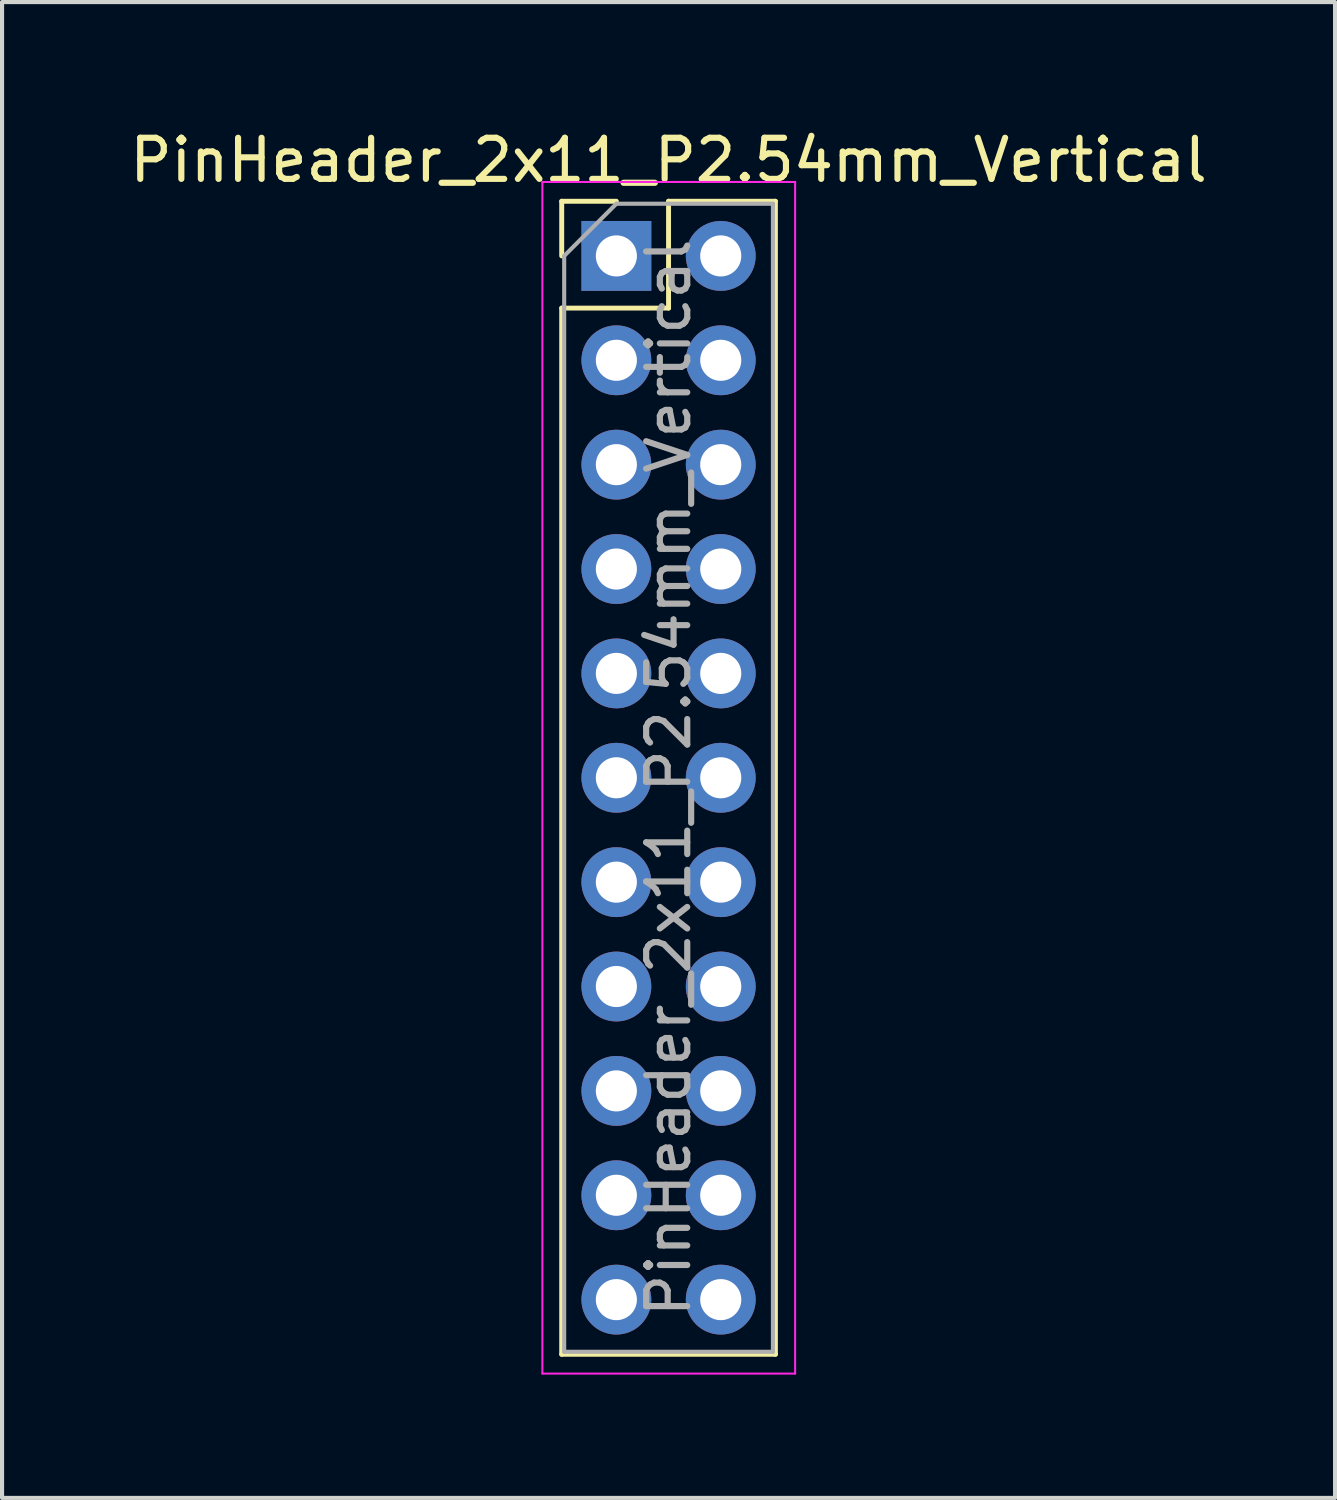
<source format=kicad_pcb>
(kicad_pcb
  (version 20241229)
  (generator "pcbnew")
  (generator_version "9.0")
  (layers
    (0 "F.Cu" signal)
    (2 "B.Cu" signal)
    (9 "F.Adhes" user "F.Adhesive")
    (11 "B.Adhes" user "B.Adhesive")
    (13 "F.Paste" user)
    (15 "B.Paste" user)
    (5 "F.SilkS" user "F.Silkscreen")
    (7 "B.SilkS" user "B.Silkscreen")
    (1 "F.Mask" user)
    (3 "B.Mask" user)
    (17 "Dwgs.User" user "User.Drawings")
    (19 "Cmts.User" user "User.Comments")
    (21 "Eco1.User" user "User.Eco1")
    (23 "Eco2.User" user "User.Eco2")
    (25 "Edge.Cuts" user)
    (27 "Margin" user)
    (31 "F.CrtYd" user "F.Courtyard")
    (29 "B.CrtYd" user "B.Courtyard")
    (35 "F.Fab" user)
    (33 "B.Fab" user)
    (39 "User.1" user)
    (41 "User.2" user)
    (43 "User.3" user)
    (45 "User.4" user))
  (footprint "PinHeader_2x11_P2.54mm_Vertical"
    (layer "F.Cu")
    (at 11.95 3.178)
    (property "Reference" "PinHeader_2x11_P2.54mm_Vertical" (at 1.27 -2.33 0) (layer "F.SilkS") (effects (font (size 1 1) (thickness 0.15))))
    (attr through_hole)
    (fp_line (start -1.33 -1.33) (end 0 -1.33) (stroke (width 0.12) (type solid)) (layer "F.SilkS"))
    (fp_line (start -1.33 0) (end -1.33 -1.33) (stroke (width 0.12) (type solid)) (layer "F.SilkS"))
    (fp_line (start -1.33 1.27) (end -1.33 26.73) (stroke (width 0.12) (type solid)) (layer "F.SilkS"))
    (fp_line (start -1.33 1.27) (end 1.27 1.27) (stroke (width 0.12) (type solid)) (layer "F.SilkS"))
    (fp_line (start -1.33 26.73) (end 3.87 26.73) (stroke (width 0.12) (type solid)) (layer "F.SilkS"))
    (fp_line (start 1.27 -1.33) (end 3.87 -1.33) (stroke (width 0.12) (type solid)) (layer "F.SilkS"))
    (fp_line (start 1.27 1.27) (end 1.27 -1.33) (stroke (width 0.12) (type solid)) (layer "F.SilkS"))
    (fp_line (start 3.87 -1.33) (end 3.87 26.73) (stroke (width 0.12) (type solid)) (layer "F.SilkS"))
    (fp_line (start -1.8 -1.8) (end -1.8 27.2) (stroke (width 0.05) (type solid)) (layer "F.CrtYd"))
    (fp_line (start -1.8 27.2) (end 4.35 27.2) (stroke (width 0.05) (type solid)) (layer "F.CrtYd"))
    (fp_line (start 4.35 -1.8) (end -1.8 -1.8) (stroke (width 0.05) (type solid)) (layer "F.CrtYd"))
    (fp_line (start 4.35 27.2) (end 4.35 -1.8) (stroke (width 0.05) (type solid)) (layer "F.CrtYd"))
    (fp_line (start -1.27 0) (end 0 -1.27) (stroke (width 0.1) (type solid)) (layer "F.Fab"))
    (fp_line (start -1.27 26.67) (end -1.27 0) (stroke (width 0.1) (type solid)) (layer "F.Fab"))
    (fp_line (start 0 -1.27) (end 3.81 -1.27) (stroke (width 0.1) (type solid)) (layer "F.Fab"))
    (fp_line (start 3.81 -1.27) (end 3.81 26.67) (stroke (width 0.1) (type solid)) (layer "F.Fab"))
    (fp_line (start 3.81 26.67) (end -1.27 26.67) (stroke (width 0.1) (type solid)) (layer "F.Fab"))
    (fp_text user "${REFERENCE}" (at 1.27 12.7 90) (layer "F.Fab") (effects (font (size 1 1) (thickness 0.15))))
    (pad "1" thru_hole rect (at 0 0) (size 1.7 1.7) (drill 1) (layers "*.Cu" "*.Mask"))
    (pad "2" thru_hole oval (at 2.54 0) (size 1.7 1.7) (drill 1) (layers "*.Cu" "*.Mask"))
    (pad "3" thru_hole oval (at 0 2.54) (size 1.7 1.7) (drill 1) (layers "*.Cu" "*.Mask"))
    (pad "4" thru_hole oval (at 2.54 2.54) (size 1.7 1.7) (drill 1) (layers "*.Cu" "*.Mask"))
    (pad "5" thru_hole oval (at 0 5.08) (size 1.7 1.7) (drill 1) (layers "*.Cu" "*.Mask"))
    (pad "6" thru_hole oval (at 2.54 5.08) (size 1.7 1.7) (drill 1) (layers "*.Cu" "*.Mask"))
    (pad "7" thru_hole oval (at 0 7.62) (size 1.7 1.7) (drill 1) (layers "*.Cu" "*.Mask"))
    (pad "8" thru_hole oval (at 2.54 7.62) (size 1.7 1.7) (drill 1) (layers "*.Cu" "*.Mask"))
    (pad "9" thru_hole oval (at 0 10.16) (size 1.7 1.7) (drill 1) (layers "*.Cu" "*.Mask"))
    (pad "10" thru_hole oval (at 2.54 10.16) (size 1.7 1.7) (drill 1) (layers "*.Cu" "*.Mask"))
    (pad "11" thru_hole oval (at 0 12.7) (size 1.7 1.7) (drill 1) (layers "*.Cu" "*.Mask"))
    (pad "12" thru_hole oval (at 2.54 12.7) (size 1.7 1.7) (drill 1) (layers "*.Cu" "*.Mask"))
    (pad "13" thru_hole oval (at 0 15.24) (size 1.7 1.7) (drill 1) (layers "*.Cu" "*.Mask"))
    (pad "14" thru_hole oval (at 2.54 15.24) (size 1.7 1.7) (drill 1) (layers "*.Cu" "*.Mask"))
    (pad "15" thru_hole oval (at 0 17.78) (size 1.7 1.7) (drill 1) (layers "*.Cu" "*.Mask"))
    (pad "16" thru_hole oval (at 2.54 17.78) (size 1.7 1.7) (drill 1) (layers "*.Cu" "*.Mask"))
    (pad "17" thru_hole oval (at 0 20.32) (size 1.7 1.7) (drill 1) (layers "*.Cu" "*.Mask"))
    (pad "18" thru_hole oval (at 2.54 20.32) (size 1.7 1.7) (drill 1) (layers "*.Cu" "*.Mask"))
    (pad "19" thru_hole oval (at 0 22.86) (size 1.7 1.7) (drill 1) (layers "*.Cu" "*.Mask"))
    (pad "20" thru_hole oval (at 2.54 22.86) (size 1.7 1.7) (drill 1) (layers "*.Cu" "*.Mask"))
    (pad "21" thru_hole oval (at 0 25.4) (size 1.7 1.7) (drill 1) (layers "*.Cu" "*.Mask"))
    (pad "22" thru_hole oval (at 2.54 25.4) (size 1.7 1.7) (drill 1) (layers "*.Cu" "*.Mask")))
  (gr_rect
    (start -3 -3)
    (end 29.44 33.403)
    (stroke (width 0.1) (type default))
    (fill no)
    (layer "Edge.Cuts")))
</source>
